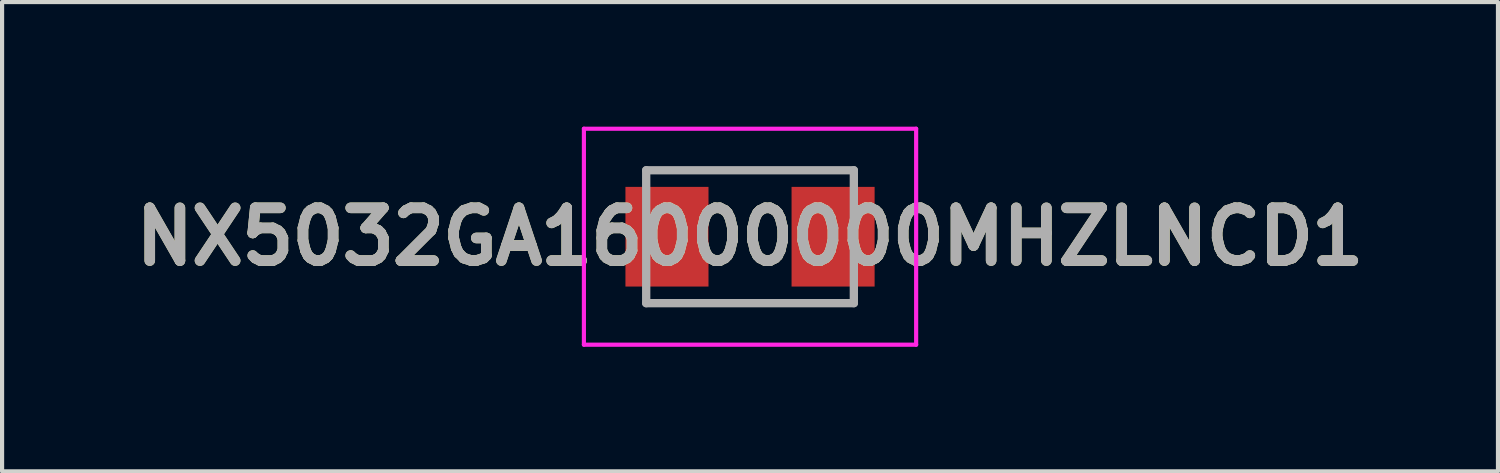
<source format=kicad_pcb>
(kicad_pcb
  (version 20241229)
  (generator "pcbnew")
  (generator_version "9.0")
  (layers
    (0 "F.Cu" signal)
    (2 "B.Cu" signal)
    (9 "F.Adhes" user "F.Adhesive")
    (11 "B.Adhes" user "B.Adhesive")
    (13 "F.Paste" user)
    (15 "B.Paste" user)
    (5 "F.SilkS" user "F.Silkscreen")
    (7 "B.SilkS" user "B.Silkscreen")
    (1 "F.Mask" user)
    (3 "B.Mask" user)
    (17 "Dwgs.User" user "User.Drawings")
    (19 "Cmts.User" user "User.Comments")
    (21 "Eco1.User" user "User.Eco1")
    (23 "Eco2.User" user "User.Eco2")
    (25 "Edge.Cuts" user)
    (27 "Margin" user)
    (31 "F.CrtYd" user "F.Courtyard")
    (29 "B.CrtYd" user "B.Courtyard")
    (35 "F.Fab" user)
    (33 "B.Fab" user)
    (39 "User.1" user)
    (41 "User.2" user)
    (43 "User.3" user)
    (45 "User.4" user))
  (footprint "NX5032GA16000000MHZLNCD1"
    (layer "F.Cu")
    (at 15.01 2.65)
    (property "Reference" "NX5032GA16000000MHZLNCD1" (at 0 0 0) (layer "F.SilkS") (effects (font (size 1.27 1.27) (thickness 0.254))))
    (attr smd)
    (fp_line (start -2.5 -1.6) (end 2.5 -1.6) (stroke (width 0.1) (type solid)) (layer "F.SilkS"))
    (fp_line (start -2.5 1.6) (end 2.5 1.6) (stroke (width 0.1) (type solid)) (layer "F.SilkS"))
    (fp_line (start -4 -2.6) (end 4 -2.6) (stroke (width 0.1) (type solid)) (layer "F.CrtYd"))
    (fp_line (start -4 2.6) (end -4 -2.6) (stroke (width 0.1) (type solid)) (layer "F.CrtYd"))
    (fp_line (start 4 -2.6) (end 4 2.6) (stroke (width 0.1) (type solid)) (layer "F.CrtYd"))
    (fp_line (start 4 2.6) (end -4 2.6) (stroke (width 0.1) (type solid)) (layer "F.CrtYd"))
    (fp_line (start -2.5 -1.6) (end 2.5 -1.6) (stroke (width 0.2) (type solid)) (layer "F.Fab"))
    (fp_line (start -2.5 1.6) (end -2.5 -1.6) (stroke (width 0.2) (type solid)) (layer "F.Fab"))
    (fp_line (start 2.5 -1.6) (end 2.5 1.6) (stroke (width 0.2) (type solid)) (layer "F.Fab"))
    (fp_line (start 2.5 1.6) (end -2.5 1.6) (stroke (width 0.2) (type solid)) (layer "F.Fab"))
    (fp_text user "${REFERENCE}" (at 0 0 0) (layer "F.Fab") (effects (font (size 1.27 1.27) (thickness 0.254))))
    (pad "1" smd rect (at -2 0) (size 2 2.4) (layers "F.Cu" "F.Mask" "F.Paste"))
    (pad "2" smd rect (at 2 0) (size 2 2.4) (layers "F.Cu" "F.Mask" "F.Paste")))
  (gr_rect
    (start -3 -3)
    (end 33.02 8.3)
    (stroke (width 0.1) (type default))
    (fill no)
    (layer "Edge.Cuts")))
</source>
